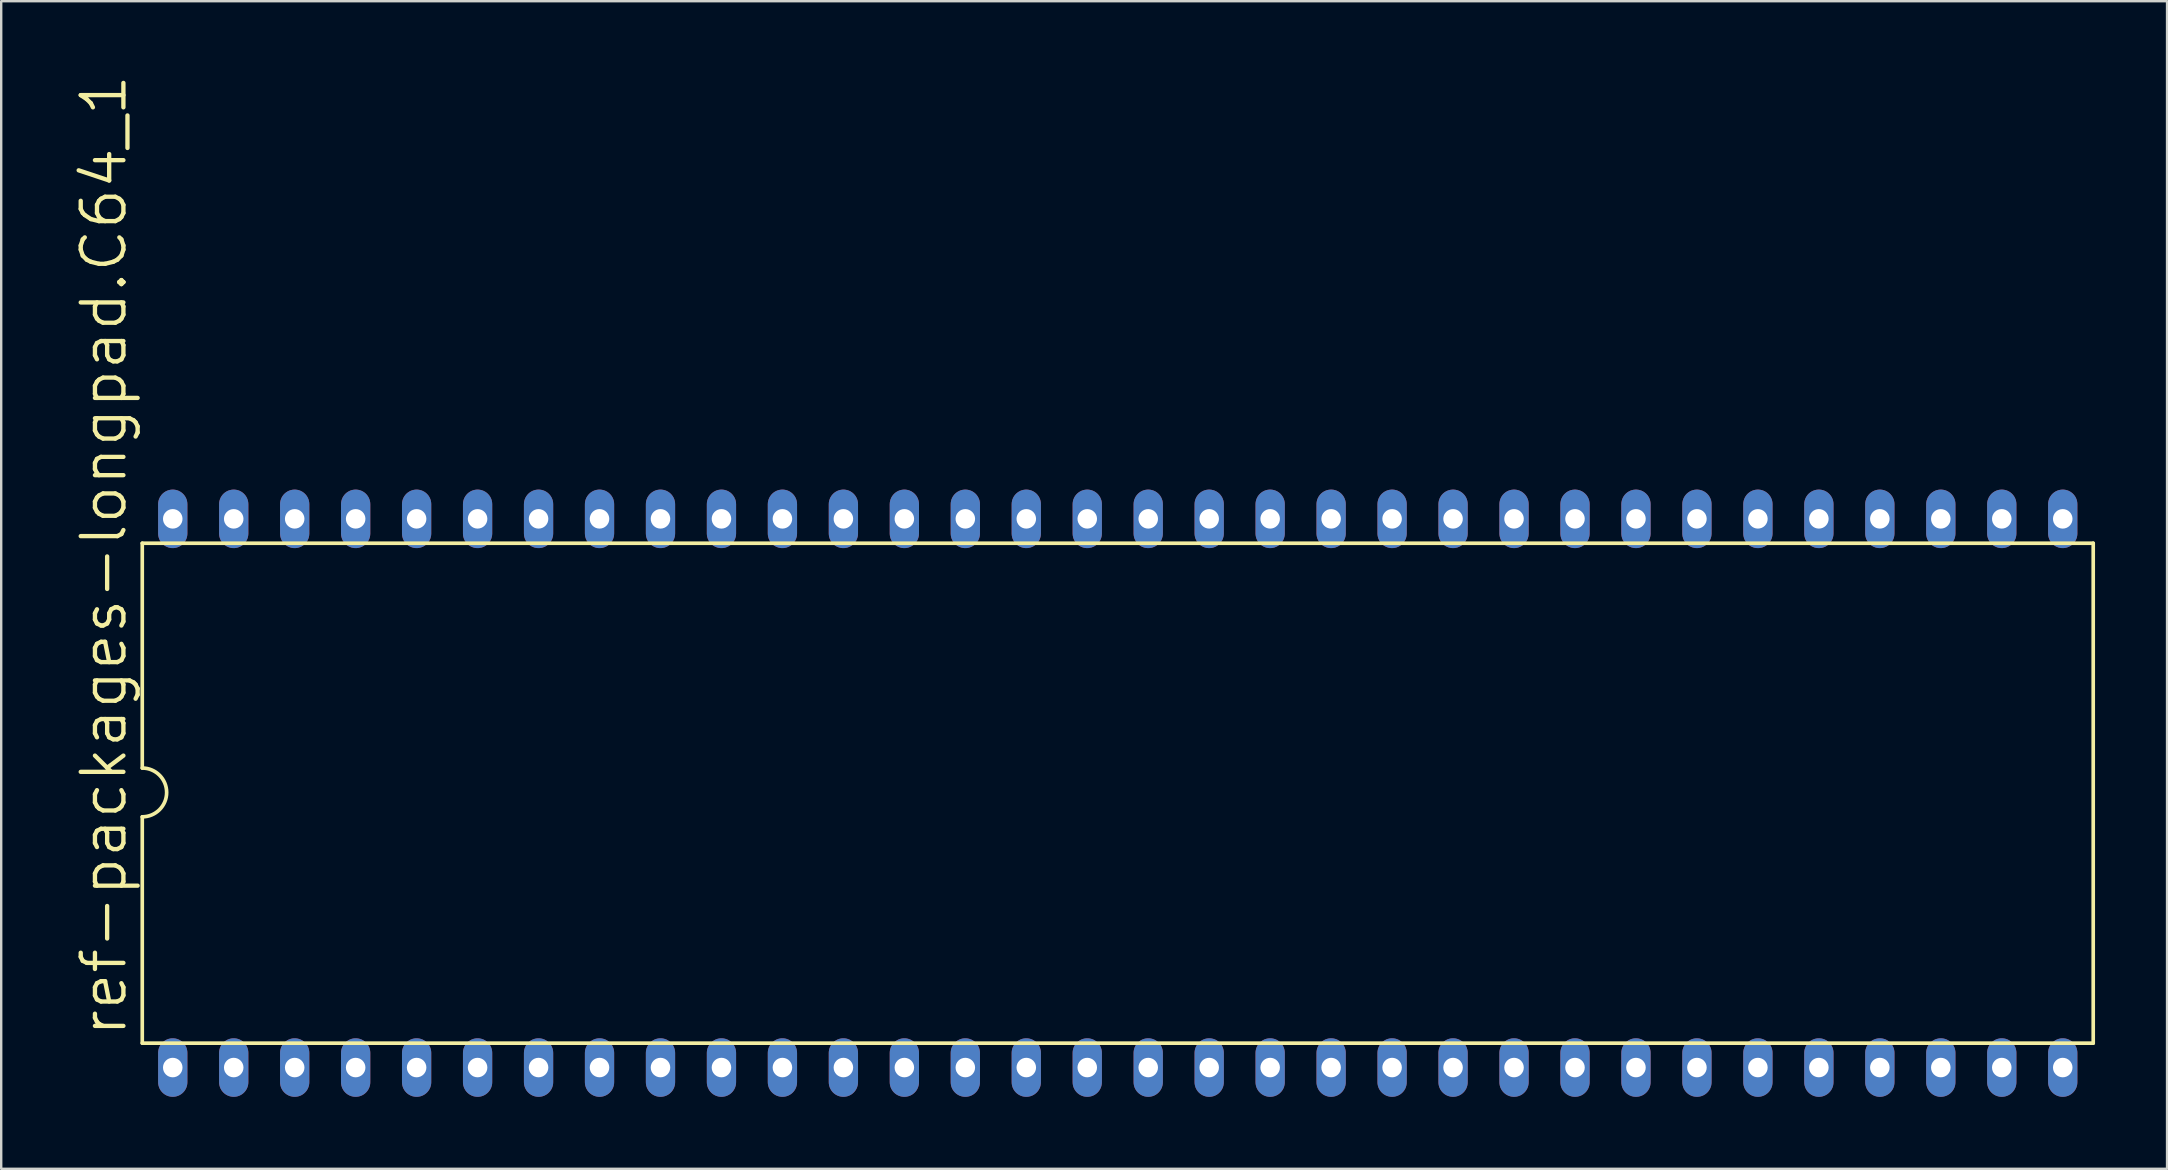
<source format=kicad_pcb>
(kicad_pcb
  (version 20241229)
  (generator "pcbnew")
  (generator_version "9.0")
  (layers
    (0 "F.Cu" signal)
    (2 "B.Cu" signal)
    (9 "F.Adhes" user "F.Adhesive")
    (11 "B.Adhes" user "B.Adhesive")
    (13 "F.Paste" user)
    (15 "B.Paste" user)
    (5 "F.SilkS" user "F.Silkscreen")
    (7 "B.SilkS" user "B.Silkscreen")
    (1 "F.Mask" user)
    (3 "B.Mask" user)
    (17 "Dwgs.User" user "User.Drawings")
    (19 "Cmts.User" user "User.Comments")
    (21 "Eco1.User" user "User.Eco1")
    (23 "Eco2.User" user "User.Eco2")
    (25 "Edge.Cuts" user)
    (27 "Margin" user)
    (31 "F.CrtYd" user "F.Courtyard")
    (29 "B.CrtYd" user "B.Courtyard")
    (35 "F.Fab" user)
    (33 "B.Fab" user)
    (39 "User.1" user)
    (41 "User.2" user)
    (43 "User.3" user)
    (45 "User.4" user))
  (footprint "ref-packages-longpad.C64_1"
    (layer "F.Cu")
    (at 43.517 29.996)
    (property "Reference" "ref-packages-longpad.C64_1" (at -41.199 10.236 90) (layer "F.SilkS") (effects (font (size 1.778 1.778) (thickness 0.18)) (justify left bottom)))
    (attr through_hole)
    (fp_line (start -40.64 -10.414) (end -40.64 -1.048) (stroke (width 0.152) (type default)) (layer "F.SilkS"))
    (fp_line (start -40.64 10.414) (end -40.64 0.984) (stroke (width 0.152) (type default)) (layer "F.SilkS"))
    (fp_line (start -40.64 10.414) (end 40.64 10.414) (stroke (width 0.152) (type default)) (layer "F.SilkS"))
    (fp_line (start 40.64 -10.414) (end -40.64 -10.414) (stroke (width 0.152) (type default)) (layer "F.SilkS"))
    (fp_line (start 40.64 -10.414) (end 40.64 10.414) (stroke (width 0.152) (type default)) (layer "F.SilkS"))
    (fp_arc (start -40.64 -1.048) (mid -39.624 -0.032) (end -40.64 0.984) (stroke (width 0.1524) (type default)) (layer "F.SilkS"))
    (pad "1" thru_hole oval (at -39.37 11.43 90) (size 2.438 1.219) (drill 0.813) (layers "*.Cu" "*.Mask"))
    (pad "2" thru_hole oval (at -36.83 11.43 90) (size 2.438 1.219) (drill 0.813) (layers "*.Cu" "*.Mask"))
    (pad "3" thru_hole oval (at -34.29 11.43 90) (size 2.438 1.219) (drill 0.813) (layers "*.Cu" "*.Mask"))
    (pad "4" thru_hole oval (at -31.75 11.43 90) (size 2.438 1.219) (drill 0.813) (layers "*.Cu" "*.Mask"))
    (pad "5" thru_hole oval (at -29.21 11.43 90) (size 2.438 1.219) (drill 0.813) (layers "*.Cu" "*.Mask"))
    (pad "6" thru_hole oval (at -26.67 11.43 90) (size 2.438 1.219) (drill 0.813) (layers "*.Cu" "*.Mask"))
    (pad "7" thru_hole oval (at -24.13 11.43 90) (size 2.438 1.219) (drill 0.813) (layers "*.Cu" "*.Mask"))
    (pad "8" thru_hole oval (at -21.59 11.43 90) (size 2.438 1.219) (drill 0.813) (layers "*.Cu" "*.Mask"))
    (pad "9" thru_hole oval (at -19.05 11.43 90) (size 2.438 1.219) (drill 0.813) (layers "*.Cu" "*.Mask"))
    (pad "10" thru_hole oval (at -16.51 11.43 90) (size 2.438 1.219) (drill 0.813) (layers "*.Cu" "*.Mask"))
    (pad "11" thru_hole oval (at -13.97 11.43 90) (size 2.438 1.219) (drill 0.813) (layers "*.Cu" "*.Mask"))
    (pad "12" thru_hole oval (at -11.43 11.43 90) (size 2.438 1.219) (drill 0.813) (layers "*.Cu" "*.Mask"))
    (pad "13" thru_hole oval (at -8.89 11.43 90) (size 2.438 1.219) (drill 0.813) (layers "*.Cu" "*.Mask"))
    (pad "14" thru_hole oval (at -6.35 11.43 90) (size 2.438 1.219) (drill 0.813) (layers "*.Cu" "*.Mask"))
    (pad "15" thru_hole oval (at -3.81 11.43 90) (size 2.438 1.219) (drill 0.813) (layers "*.Cu" "*.Mask"))
    (pad "16" thru_hole oval (at -1.27 11.43 90) (size 2.438 1.219) (drill 0.813) (layers "*.Cu" "*.Mask"))
    (pad "17" thru_hole oval (at 1.27 11.43 90) (size 2.438 1.219) (drill 0.813) (layers "*.Cu" "*.Mask"))
    (pad "18" thru_hole oval (at 3.81 11.43 90) (size 2.438 1.219) (drill 0.813) (layers "*.Cu" "*.Mask"))
    (pad "19" thru_hole oval (at 6.35 11.43 90) (size 2.438 1.219) (drill 0.813) (layers "*.Cu" "*.Mask"))
    (pad "20" thru_hole oval (at 8.89 11.43 90) (size 2.438 1.219) (drill 0.813) (layers "*.Cu" "*.Mask"))
    (pad "21" thru_hole oval (at 11.43 11.43 90) (size 2.438 1.219) (drill 0.813) (layers "*.Cu" "*.Mask"))
    (pad "22" thru_hole oval (at 13.97 11.43 90) (size 2.438 1.219) (drill 0.813) (layers "*.Cu" "*.Mask"))
    (pad "23" thru_hole oval (at 16.51 11.43 90) (size 2.438 1.219) (drill 0.813) (layers "*.Cu" "*.Mask"))
    (pad "24" thru_hole oval (at 19.05 11.43 90) (size 2.438 1.219) (drill 0.813) (layers "*.Cu" "*.Mask"))
    (pad "25" thru_hole oval (at 21.59 11.43 90) (size 2.438 1.219) (drill 0.813) (layers "*.Cu" "*.Mask"))
    (pad "26" thru_hole oval (at 24.13 11.43 90) (size 2.438 1.219) (drill 0.813) (layers "*.Cu" "*.Mask"))
    (pad "27" thru_hole oval (at 26.67 11.43 90) (size 2.438 1.219) (drill 0.813) (layers "*.Cu" "*.Mask"))
    (pad "28" thru_hole oval (at 29.21 11.43 90) (size 2.438 1.219) (drill 0.813) (layers "*.Cu" "*.Mask"))
    (pad "29" thru_hole oval (at 31.75 11.43 90) (size 2.438 1.219) (drill 0.813) (layers "*.Cu" "*.Mask"))
    (pad "30" thru_hole oval (at 34.29 11.43 90) (size 2.438 1.219) (drill 0.813) (layers "*.Cu" "*.Mask"))
    (pad "31" thru_hole oval (at 36.83 11.43 90) (size 2.438 1.219) (drill 0.813) (layers "*.Cu" "*.Mask"))
    (pad "32" thru_hole oval (at 39.37 11.43 90) (size 2.438 1.219) (drill 0.813) (layers "*.Cu" "*.Mask"))
    (pad "33" thru_hole oval (at 39.37 -11.43 90) (size 2.438 1.219) (drill 0.813) (layers "*.Cu" "*.Mask"))
    (pad "34" thru_hole oval (at 36.83 -11.43 90) (size 2.438 1.219) (drill 0.813) (layers "*.Cu" "*.Mask"))
    (pad "35" thru_hole oval (at 34.29 -11.43 90) (size 2.438 1.219) (drill 0.813) (layers "*.Cu" "*.Mask"))
    (pad "36" thru_hole oval (at 31.75 -11.43 90) (size 2.438 1.219) (drill 0.813) (layers "*.Cu" "*.Mask"))
    (pad "37" thru_hole oval (at 29.21 -11.43 90) (size 2.438 1.219) (drill 0.813) (layers "*.Cu" "*.Mask"))
    (pad "38" thru_hole oval (at 26.67 -11.43 90) (size 2.438 1.219) (drill 0.813) (layers "*.Cu" "*.Mask"))
    (pad "39" thru_hole oval (at 24.13 -11.43 90) (size 2.438 1.219) (drill 0.813) (layers "*.Cu" "*.Mask"))
    (pad "40" thru_hole oval (at 21.59 -11.43 90) (size 2.438 1.219) (drill 0.813) (layers "*.Cu" "*.Mask"))
    (pad "41" thru_hole oval (at 19.05 -11.43 90) (size 2.438 1.219) (drill 0.813) (layers "*.Cu" "*.Mask"))
    (pad "42" thru_hole oval (at 16.51 -11.43 90) (size 2.438 1.219) (drill 0.813) (layers "*.Cu" "*.Mask"))
    (pad "43" thru_hole oval (at 13.97 -11.43 90) (size 2.438 1.219) (drill 0.813) (layers "*.Cu" "*.Mask"))
    (pad "44" thru_hole oval (at 11.43 -11.43 90) (size 2.438 1.219) (drill 0.813) (layers "*.Cu" "*.Mask"))
    (pad "45" thru_hole oval (at 8.89 -11.43 90) (size 2.438 1.219) (drill 0.813) (layers "*.Cu" "*.Mask"))
    (pad "46" thru_hole oval (at 6.35 -11.43 90) (size 2.438 1.219) (drill 0.813) (layers "*.Cu" "*.Mask"))
    (pad "47" thru_hole oval (at 3.81 -11.43 90) (size 2.438 1.219) (drill 0.813) (layers "*.Cu" "*.Mask"))
    (pad "48" thru_hole oval (at 1.27 -11.43 90) (size 2.438 1.219) (drill 0.813) (layers "*.Cu" "*.Mask"))
    (pad "49" thru_hole oval (at -1.27 -11.43 90) (size 2.438 1.219) (drill 0.813) (layers "*.Cu" "*.Mask"))
    (pad "50" thru_hole oval (at -3.81 -11.43 90) (size 2.438 1.219) (drill 0.813) (layers "*.Cu" "*.Mask"))
    (pad "51" thru_hole oval (at -6.35 -11.43 90) (size 2.438 1.219) (drill 0.813) (layers "*.Cu" "*.Mask"))
    (pad "52" thru_hole oval (at -8.89 -11.43 90) (size 2.438 1.219) (drill 0.813) (layers "*.Cu" "*.Mask"))
    (pad "53" thru_hole oval (at -11.43 -11.43 90) (size 2.438 1.219) (drill 0.813) (layers "*.Cu" "*.Mask"))
    (pad "54" thru_hole oval (at -13.97 -11.43 90) (size 2.438 1.219) (drill 0.813) (layers "*.Cu" "*.Mask"))
    (pad "55" thru_hole oval (at -16.51 -11.43 90) (size 2.438 1.219) (drill 0.813) (layers "*.Cu" "*.Mask"))
    (pad "56" thru_hole oval (at -19.05 -11.43 90) (size 2.438 1.219) (drill 0.813) (layers "*.Cu" "*.Mask"))
    (pad "57" thru_hole oval (at -21.59 -11.43 90) (size 2.438 1.219) (drill 0.813) (layers "*.Cu" "*.Mask"))
    (pad "58" thru_hole oval (at -24.13 -11.43 90) (size 2.438 1.219) (drill 0.813) (layers "*.Cu" "*.Mask"))
    (pad "59" thru_hole oval (at -26.67 -11.43 90) (size 2.438 1.219) (drill 0.813) (layers "*.Cu" "*.Mask"))
    (pad "60" thru_hole oval (at -29.21 -11.43 90) (size 2.438 1.219) (drill 0.813) (layers "*.Cu" "*.Mask"))
    (pad "61" thru_hole oval (at -31.75 -11.43 90) (size 2.438 1.219) (drill 0.813) (layers "*.Cu" "*.Mask"))
    (pad "62" thru_hole oval (at -34.29 -11.43 90) (size 2.438 1.219) (drill 0.813) (layers "*.Cu" "*.Mask"))
    (pad "63" thru_hole oval (at -36.83 -11.43 90) (size 2.438 1.219) (drill 0.813) (layers "*.Cu" "*.Mask"))
    (pad "64" thru_hole oval (at -39.37 -11.43 90) (size 2.438 1.219) (drill 0.813) (layers "*.Cu" "*.Mask")))
  (gr_rect
    (start -3 -3)
    (end 87.233 45.645)
    (stroke (width 0.1) (type default))
    (fill no)
    (layer "Edge.Cuts")))
</source>
